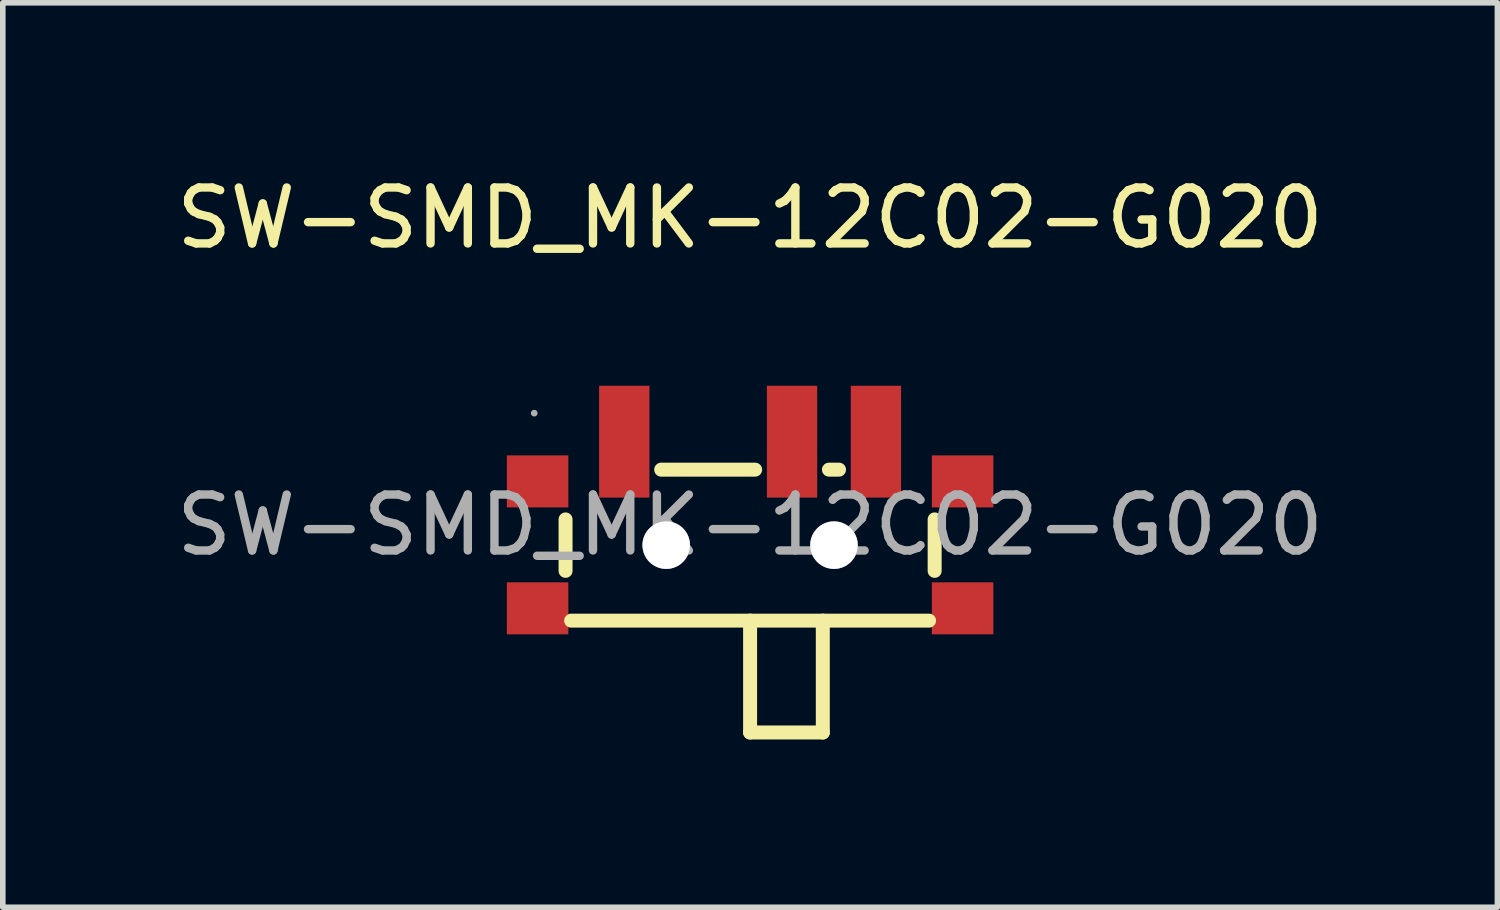
<source format=kicad_pcb>
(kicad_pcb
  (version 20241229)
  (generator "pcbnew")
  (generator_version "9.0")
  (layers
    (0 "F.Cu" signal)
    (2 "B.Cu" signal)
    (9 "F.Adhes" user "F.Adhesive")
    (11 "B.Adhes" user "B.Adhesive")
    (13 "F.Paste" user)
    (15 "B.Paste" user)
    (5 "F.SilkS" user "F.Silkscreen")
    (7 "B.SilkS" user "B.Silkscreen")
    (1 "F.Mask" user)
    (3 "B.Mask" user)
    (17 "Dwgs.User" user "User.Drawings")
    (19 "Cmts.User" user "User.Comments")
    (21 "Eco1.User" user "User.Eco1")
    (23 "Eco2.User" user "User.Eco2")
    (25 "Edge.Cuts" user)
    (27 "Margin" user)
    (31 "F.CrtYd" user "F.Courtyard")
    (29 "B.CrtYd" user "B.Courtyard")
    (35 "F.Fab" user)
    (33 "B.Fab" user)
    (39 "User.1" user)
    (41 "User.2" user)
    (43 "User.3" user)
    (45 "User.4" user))
  (footprint "SW-SMD_MK-12C02-G020"
    (layer "F.Cu")
    (at 10.363 6.338)
    (property "Reference" "SW-SMD_MK-12C02-G020" (at 0 -5.49 0) (layer "F.SilkS") (effects (font (size 1 1) (thickness 0.15))))
    (attr smd)
    (fp_line (start -3.3 0.82) (end -3.3 -0.1) (stroke (width 0.25) (type solid)) (layer "F.SilkS"))
    (fp_line (start 0 3.71) (end 0 1.71) (stroke (width 0.25) (type solid)) (layer "F.SilkS"))
    (fp_line (start 0.09 -0.99) (end -1.59 -0.99) (stroke (width 0.25) (type solid)) (layer "F.SilkS"))
    (fp_line (start 1.3 1.71) (end 1.3 3.71) (stroke (width 0.25) (type solid)) (layer "F.SilkS"))
    (fp_line (start 1.3 3.71) (end 0 3.71) (stroke (width 0.25) (type solid)) (layer "F.SilkS"))
    (fp_line (start 1.59 -0.99) (end 1.41 -0.99) (stroke (width 0.25) (type solid)) (layer "F.SilkS"))
    (fp_line (start 3.2 1.71) (end -3.2 1.71) (stroke (width 0.25) (type solid)) (layer "F.SilkS"))
    (fp_line (start 3.3 0.82) (end 3.3 -0.1) (stroke (width 0.25) (type solid)) (layer "F.SilkS"))
    (fp_circle (center -1.5 0.36) (end -1.34 0.36) (stroke (width 0.32) (type solid)) (fill no) (layer "Cmts.User"))
    (fp_circle (center 1.5 0.36) (end 1.66 0.36) (stroke (width 0.32) (type solid)) (fill no) (layer "Cmts.User"))
    (fp_circle (center -3.86 -2) (end -3.83 -2) (stroke (width 0.06) (type solid)) (fill no) (layer "F.Fab"))
    (fp_text user "${REFERENCE}" (at 0 0 0) (layer "F.Fab") (effects (font (size 1 1) (thickness 0.15))))
    (pad "" thru_hole circle (at -1.5 0.36) (size 0.85 0.85) (drill 0.85) (layers "*.Cu" "*.Mask"))
    (pad "" thru_hole circle (at 1.5 0.36) (size 0.85 0.85) (drill 0.85) (layers "*.Cu" "*.Mask"))
    (pad "1" smd rect (at -2.25 -1.49) (size 0.9 2) (layers "F.Cu" "F.Mask" "F.Paste"))
    (pad "2" smd rect (at 0.75 -1.49) (size 0.9 2) (layers "F.Cu" "F.Mask" "F.Paste"))
    (pad "3" smd rect (at 2.25 -1.49) (size 0.9 2) (layers "F.Cu" "F.Mask" "F.Paste"))
    (pad "4" smd rect (at 3.8 -0.78) (size 1.1 0.93) (layers "F.Cu" "F.Mask" "F.Paste"))
    (pad "5" smd rect (at 3.8 1.49) (size 1.1 0.93) (layers "F.Cu" "F.Mask" "F.Paste"))
    (pad "6" smd rect (at -3.8 1.49) (size 1.1 0.93) (layers "F.Cu" "F.Mask" "F.Paste"))
    (pad "7" smd rect (at -3.8 -0.78 180) (size 1.1 0.93) (layers "F.Cu" "F.Mask" "F.Paste")))
  (gr_rect
    (start -3 -3)
    (end 23.726 13.173)
    (stroke (width 0.1) (type default))
    (fill no)
    (layer "Edge.Cuts")))
</source>
